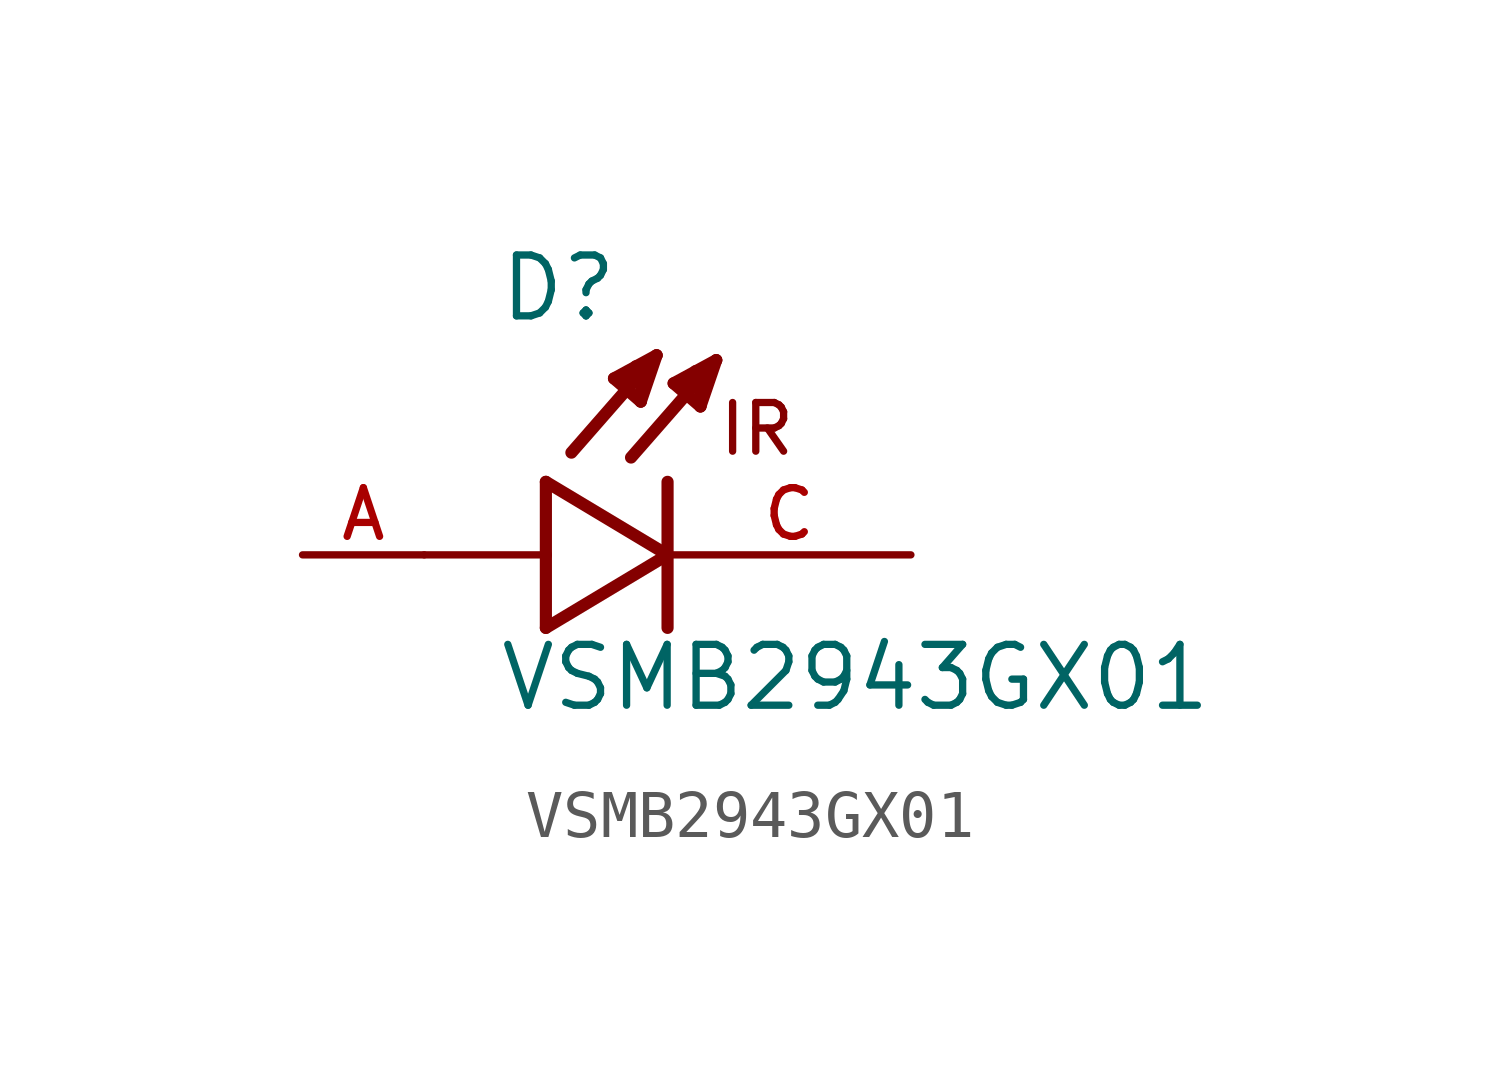
<source format=kicad_sym>
(kicad_symbol_lib
  (version 20211014)
  (generator kicad_symbol_editor)
  (symbol "VSMB2943GX01"
    (pin_names
      (offset 1.016))
    (property "Reference" "D"
      (at -3.556 4.826 0)
      (effects (font (size 1.27 1.27)) (justify bottom left)))
    (property "Value" "VSMB2943GX01"
      (at -3.556 -3.302 0)
      (effects (font (size 1.27 1.27)) (justify bottom left)))
    (symbol "VSMB2943GX01_0_0"
      (polyline (pts (xy -2.54 1.524) (xy -2.54 0.0)) (stroke (width 0.254)))
      (polyline (pts (xy -2.54 0.0) (xy -2.54 -1.524)) (stroke (width 0.254)))
      (polyline (pts (xy -2.54 -1.524) (xy 0.0 0.0)) (stroke (width 0.254)))
      (polyline (pts (xy 0.0 0.0) (xy -2.54 1.524)) (stroke (width 0.254)))
      (polyline (pts (xy 0.0 1.524) (xy 0.0 -1.524)) (stroke (width 0.254)))
      (polyline (pts (xy -2.54 0.0) (xy -5.08 0.0)) (stroke (width 0.152)))
      (text "IR" (at 1.016 2.032 0) (effects (font (size 1.016 1.016)) (justify bottom left)))
      (polyline (pts (xy 1.016 4.064) (xy -0.762 2.032)) (stroke (width 0.254)))
      (polyline (pts (xy 0.686 3.099) (xy 0.127 3.581)) (stroke (width 0.254)))
      (polyline (pts (xy 0.127 3.581) (xy 1.016 4.064)) (stroke (width 0.254)))
      (polyline (pts (xy 1.016 4.064) (xy 0.686 3.099)) (stroke (width 0.254)))
      (polyline (pts (xy 0.686 3.099) (xy 0.711 3.835)) (stroke (width 0.254)))
      (polyline (pts (xy 0.711 3.835) (xy 0.584 3.835)) (stroke (width 0.254)))
      (polyline (pts (xy 0.305 3.505) (xy 0.533 3.658)) (stroke (width 0.254)))
      (polyline (pts (xy -0.229 4.166) (xy -2.007 2.134)) (stroke (width 0.254)))
      (polyline (pts (xy -0.559 3.2) (xy -1.118 3.683)) (stroke (width 0.254)))
      (polyline (pts (xy -1.118 3.683) (xy -0.229 4.166)) (stroke (width 0.254)))
      (polyline (pts (xy -0.229 4.166) (xy -0.559 3.2)) (stroke (width 0.254)))
      (polyline (pts (xy -0.559 3.2) (xy -0.533 3.937)) (stroke (width 0.254)))
      (polyline (pts (xy -0.533 3.937) (xy -0.66 3.937)) (stroke (width 0.254)))
      (polyline (pts (xy -0.94 3.607) (xy -0.711 3.759)) (stroke (width 0.254)))
      (pin passive line (at 5.08 0.0 180.0) (length 5.08) (name "~" (effects (font (size 1.016 1.016)))) (number "C" (effects (font (size 1.016 1.016)))))
      (pin passive line (at -7.62 0.0 0) (length 2.54) (name "~" (effects (font (size 1.016 1.016)))) (number "A" (effects (font (size 1.016 1.016))))))))
</source>
